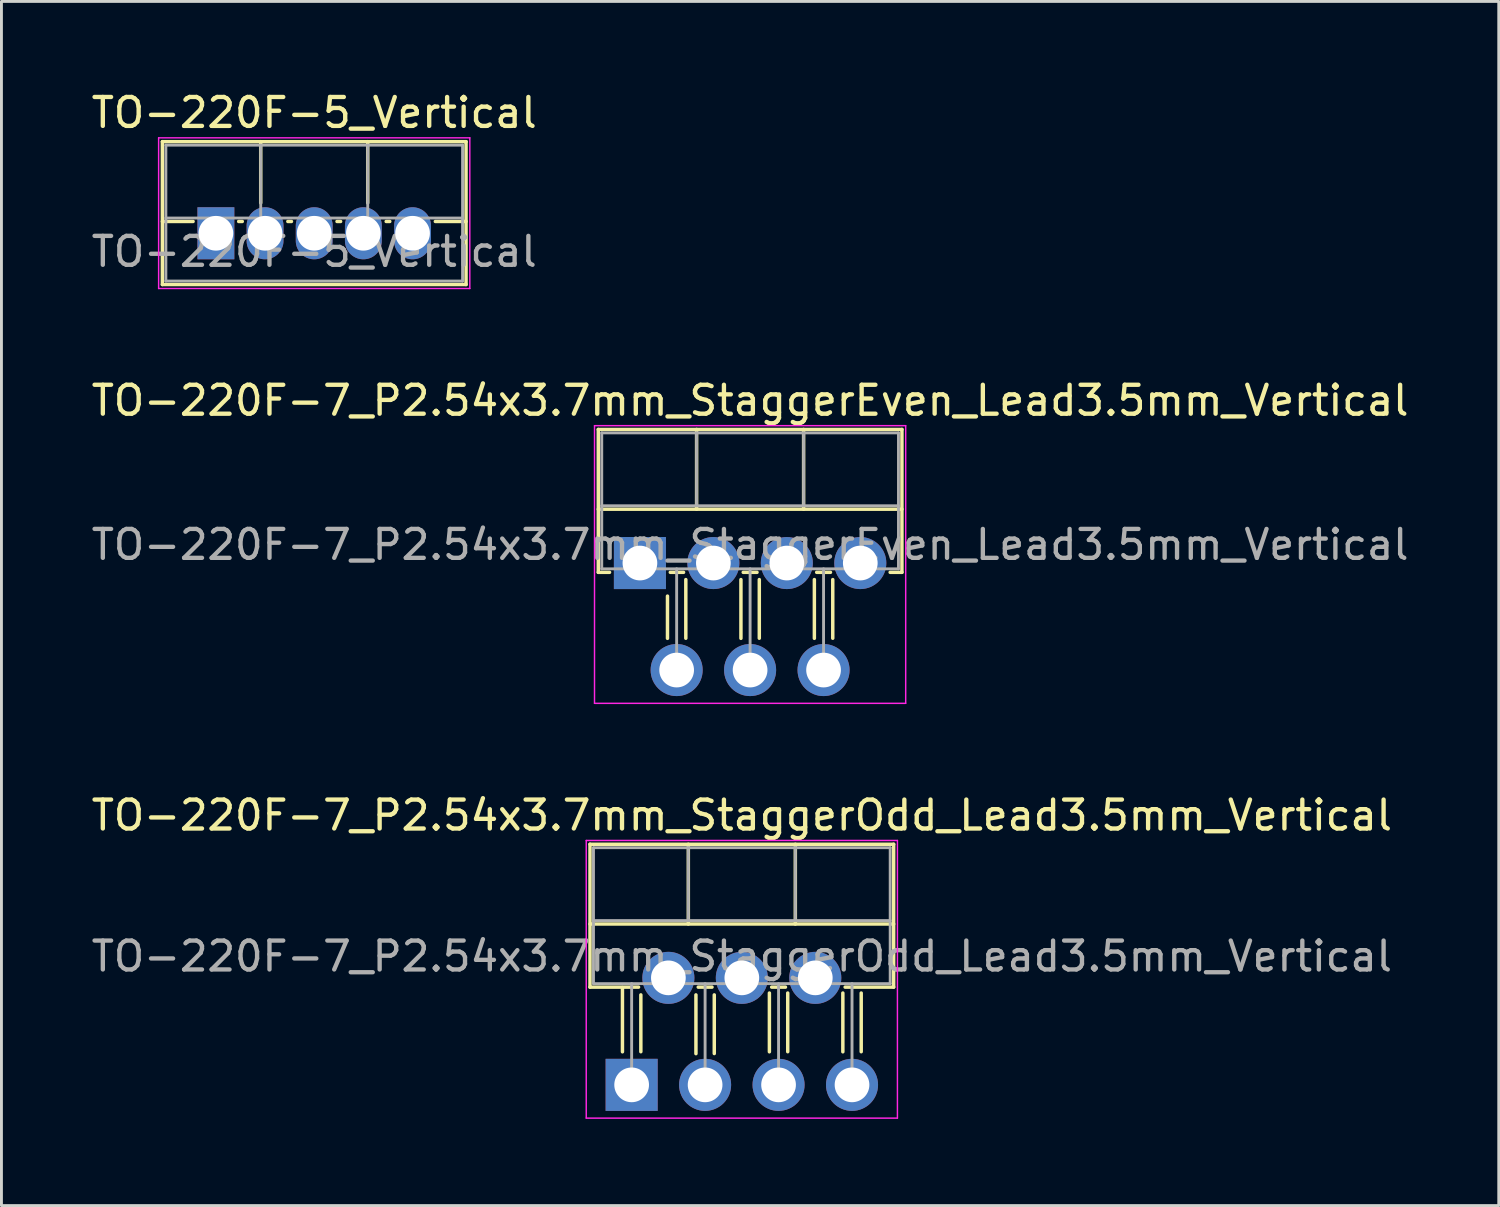
<source format=kicad_pcb>
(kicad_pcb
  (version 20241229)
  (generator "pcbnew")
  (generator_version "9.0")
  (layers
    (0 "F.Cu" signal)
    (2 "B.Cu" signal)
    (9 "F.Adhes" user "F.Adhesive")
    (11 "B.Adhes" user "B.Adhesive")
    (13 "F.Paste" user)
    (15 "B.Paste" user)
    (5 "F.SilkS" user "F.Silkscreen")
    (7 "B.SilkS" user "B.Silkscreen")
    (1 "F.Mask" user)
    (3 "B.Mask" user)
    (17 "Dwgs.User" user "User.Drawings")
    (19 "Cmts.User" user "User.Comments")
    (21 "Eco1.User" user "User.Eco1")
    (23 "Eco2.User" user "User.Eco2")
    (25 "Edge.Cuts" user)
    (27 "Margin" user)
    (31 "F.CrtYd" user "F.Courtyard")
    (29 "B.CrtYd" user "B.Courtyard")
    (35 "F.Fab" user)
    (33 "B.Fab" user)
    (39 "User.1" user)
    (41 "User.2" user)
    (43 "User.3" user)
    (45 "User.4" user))
  (footprint "TO-220F-5_Vertical"
    (layer "F.Cu")
    (at 4.415 5.016)
    (property "Reference" "TO-220F-5_Vertical" (at 3.4 -4.168 0) (layer "F.SilkS") (effects (font (size 1 1) (thickness 0.15))))
    (attr through_hole)
    (fp_line (start -1.85 -3.168) (end -1.85 1.773) (stroke (width 0.12) (type solid)) (layer "F.SilkS"))
    (fp_line (start -1.85 -3.168) (end 8.65 -3.168) (stroke (width 0.12) (type solid)) (layer "F.SilkS"))
    (fp_line (start -1.85 -0.408) (end -0.788 -0.408) (stroke (width 0.12) (type solid)) (layer "F.SilkS"))
    (fp_line (start -1.85 1.773) (end 8.65 1.773) (stroke (width 0.12) (type solid)) (layer "F.SilkS"))
    (fp_line (start 0.788 -0.408) (end 0.913 -0.408) (stroke (width 0.12) (type solid)) (layer "F.SilkS"))
    (fp_line (start 1.55 -3.168) (end 1.55 -1.05) (stroke (width 0.12) (type solid)) (layer "F.SilkS"))
    (fp_line (start 2.488 -0.408) (end 2.613 -0.408) (stroke (width 0.12) (type solid)) (layer "F.SilkS"))
    (fp_line (start 4.188 -0.408) (end 4.313 -0.408) (stroke (width 0.12) (type solid)) (layer "F.SilkS"))
    (fp_line (start 5.25 -3.168) (end 5.25 -1.05) (stroke (width 0.12) (type solid)) (layer "F.SilkS"))
    (fp_line (start 5.888 -0.408) (end 6.013 -0.408) (stroke (width 0.12) (type solid)) (layer "F.SilkS"))
    (fp_line (start 7.588 -0.408) (end 8.65 -0.408) (stroke (width 0.12) (type solid)) (layer "F.SilkS"))
    (fp_line (start 8.65 -3.168) (end 8.65 1.773) (stroke (width 0.12) (type solid)) (layer "F.SilkS"))
    (fp_line (start -1.98 -3.3) (end -1.98 1.91) (stroke (width 0.05) (type solid)) (layer "F.CrtYd"))
    (fp_line (start -1.98 1.91) (end 8.78 1.91) (stroke (width 0.05) (type solid)) (layer "F.CrtYd"))
    (fp_line (start 8.78 -3.3) (end -1.98 -3.3) (stroke (width 0.05) (type solid)) (layer "F.CrtYd"))
    (fp_line (start 8.78 1.91) (end 8.78 -3.3) (stroke (width 0.05) (type solid)) (layer "F.CrtYd"))
    (fp_line (start -1.73 -3.047) (end -1.73 1.653) (stroke (width 0.1) (type solid)) (layer "F.Fab"))
    (fp_line (start -1.73 -0.527) (end 8.53 -0.527) (stroke (width 0.1) (type solid)) (layer "F.Fab"))
    (fp_line (start -1.73 1.653) (end 8.53 1.653) (stroke (width 0.1) (type solid)) (layer "F.Fab"))
    (fp_line (start 1.55 -3.047) (end 1.55 -0.527) (stroke (width 0.1) (type solid)) (layer "F.Fab"))
    (fp_line (start 5.25 -3.047) (end 5.25 -0.527) (stroke (width 0.1) (type solid)) (layer "F.Fab"))
    (fp_line (start 8.53 -3.047) (end -1.73 -3.047) (stroke (width 0.1) (type solid)) (layer "F.Fab"))
    (fp_line (start 8.53 1.653) (end 8.53 -3.047) (stroke (width 0.1) (type solid)) (layer "F.Fab"))
    (fp_text user "${REFERENCE}" (at 3.4 0.635 0) (layer "F.Fab") (effects (font (size 1 1) (thickness 0.15))))
    (pad "1" thru_hole rect (at 0 0) (size 1.275 1.8) (drill 1.2) (layers "*.Cu" "*.Mask"))
    (pad "2" thru_hole oval (at 1.7 0) (size 1.275 1.8) (drill 1.2) (layers "*.Cu" "*.Mask"))
    (pad "3" thru_hole oval (at 3.4 0) (size 1.275 1.8) (drill 1.2) (layers "*.Cu" "*.Mask"))
    (pad "4" thru_hole oval (at 5.1 0) (size 1.275 1.8) (drill 1.2) (layers "*.Cu" "*.Mask"))
    (pad "5" thru_hole oval (at 6.8 0) (size 1.275 1.8) (drill 1.2) (layers "*.Cu" "*.Mask")))
  (footprint "TO-220F-7_P2.54x3.7mm_StaggerOdd_Lead3.5mm_Vertical"
    (layer "F.Cu")
    (at 18.791 34.462)
    (property "Reference" "TO-220F-7_P2.54x3.7mm_StaggerOdd_Lead3.5mm_Vertical" (at 3.81 -9.32 0) (layer "F.SilkS") (effects (font (size 1 1) (thickness 0.15))))
    (attr through_hole)
    (fp_line (start -1.44 -8.32) (end -1.44 -3.379) (stroke (width 0.12) (type solid)) (layer "F.SilkS"))
    (fp_line (start -1.44 -8.32) (end 9.06 -8.32) (stroke (width 0.12) (type solid)) (layer "F.SilkS"))
    (fp_line (start -1.44 -5.561) (end 9.06 -5.561) (stroke (width 0.12) (type solid)) (layer "F.SilkS"))
    (fp_line (start -1.44 -3.379) (end 0.239 -3.379) (stroke (width 0.12) (type solid)) (layer "F.SilkS"))
    (fp_line (start -0.318 -3.365) (end -0.318 -1.143) (stroke (width 0.12) (type solid)) (layer "F.SilkS"))
    (fp_line (start 0.318 -3.111) (end 0.318 -1.146) (stroke (width 0.12) (type solid)) (layer "F.SilkS"))
    (fp_line (start 1.96 -8.32) (end 1.96 -5.561) (stroke (width 0.12) (type solid)) (layer "F.SilkS"))
    (fp_line (start 2.223 -3.111) (end 2.223 -1.079) (stroke (width 0.12) (type solid)) (layer "F.SilkS"))
    (fp_line (start 2.302 -3.379) (end 2.779 -3.379) (stroke (width 0.12) (type solid)) (layer "F.SilkS"))
    (fp_line (start 2.857 -3.111) (end 2.857 -1.083) (stroke (width 0.12) (type solid)) (layer "F.SilkS"))
    (fp_line (start 4.763 -3.175) (end 4.763 -1.143) (stroke (width 0.12) (type solid)) (layer "F.SilkS"))
    (fp_line (start 4.842 -3.379) (end 5.319 -3.379) (stroke (width 0.12) (type solid)) (layer "F.SilkS"))
    (fp_line (start 5.397 -3.175) (end 5.397 -1.146) (stroke (width 0.12) (type solid)) (layer "F.SilkS"))
    (fp_line (start 5.66 -8.32) (end 5.66 -5.561) (stroke (width 0.12) (type solid)) (layer "F.SilkS"))
    (fp_line (start 7.303 -3.175) (end 7.303 -1.143) (stroke (width 0.12) (type solid)) (layer "F.SilkS"))
    (fp_line (start 7.382 -3.379) (end 9.06 -3.379) (stroke (width 0.12) (type solid)) (layer "F.SilkS"))
    (fp_line (start 7.938 -3.175) (end 7.938 -1.146) (stroke (width 0.12) (type solid)) (layer "F.SilkS"))
    (fp_line (start 9.06 -8.32) (end 9.06 -3.379) (stroke (width 0.12) (type solid)) (layer "F.SilkS"))
    (fp_line (start -1.57 -8.45) (end -1.57 1.15) (stroke (width 0.05) (type solid)) (layer "F.CrtYd"))
    (fp_line (start -1.57 1.15) (end 9.19 1.15) (stroke (width 0.05) (type solid)) (layer "F.CrtYd"))
    (fp_line (start 9.19 -8.45) (end -1.57 -8.45) (stroke (width 0.05) (type solid)) (layer "F.CrtYd"))
    (fp_line (start 9.19 1.15) (end 9.19 -8.45) (stroke (width 0.05) (type solid)) (layer "F.CrtYd"))
    (fp_line (start -1.32 -8.2) (end -1.32 -3.5) (stroke (width 0.1) (type solid)) (layer "F.Fab"))
    (fp_line (start -1.32 -5.68) (end 8.94 -5.68) (stroke (width 0.1) (type solid)) (layer "F.Fab"))
    (fp_line (start -1.32 -3.5) (end 8.94 -3.5) (stroke (width 0.1) (type solid)) (layer "F.Fab"))
    (fp_line (start 0 -3.5) (end 0 0) (stroke (width 0.1) (type solid)) (layer "F.Fab"))
    (fp_line (start 1.96 -8.2) (end 1.96 -5.68) (stroke (width 0.1) (type solid)) (layer "F.Fab"))
    (fp_line (start 2.54 -3.5) (end 2.54 0) (stroke (width 0.1) (type solid)) (layer "F.Fab"))
    (fp_line (start 5.08 -3.5) (end 5.08 0) (stroke (width 0.1) (type solid)) (layer "F.Fab"))
    (fp_line (start 5.66 -8.2) (end 5.66 -5.68) (stroke (width 0.1) (type solid)) (layer "F.Fab"))
    (fp_line (start 7.62 -3.5) (end 7.62 0) (stroke (width 0.1) (type solid)) (layer "F.Fab"))
    (fp_line (start 8.94 -8.2) (end -1.32 -8.2) (stroke (width 0.1) (type solid)) (layer "F.Fab"))
    (fp_line (start 8.94 -3.5) (end 8.94 -8.2) (stroke (width 0.1) (type solid)) (layer "F.Fab"))
    (fp_text user "${REFERENCE}" (at 3.81 -4.445 0) (layer "F.Fab") (effects (font (size 1 1) (thickness 0.15))))
    (pad "1" thru_hole rect (at 0 0) (size 1.8 1.8) (drill 1.2) (layers "*.Cu" "*.Mask"))
    (pad "2" thru_hole oval (at 1.27 -3.7) (size 1.8 1.8) (drill 1.2) (layers "*.Cu" "*.Mask"))
    (pad "3" thru_hole oval (at 2.54 0) (size 1.8 1.8) (drill 1.2) (layers "*.Cu" "*.Mask"))
    (pad "4" thru_hole oval (at 3.81 -3.7) (size 1.8 1.8) (drill 1.2) (layers "*.Cu" "*.Mask"))
    (pad "5" thru_hole oval (at 5.08 0) (size 1.8 1.8) (drill 1.2) (layers "*.Cu" "*.Mask"))
    (pad "6" thru_hole oval (at 6.35 -3.7) (size 1.8 1.8) (drill 1.2) (layers "*.Cu" "*.Mask"))
    (pad "7" thru_hole oval (at 7.62 0) (size 1.8 1.8) (drill 1.2) (layers "*.Cu" "*.Mask")))
  (footprint "TO-220F-7_P2.54x3.7mm_StaggerEven_Lead3.5mm_Vertical"
    (layer "F.Cu")
    (at 19.077 16.419)
    (property "Reference" "TO-220F-7_P2.54x3.7mm_StaggerEven_Lead3.5mm_Vertical" (at 3.81 -5.62 0) (layer "F.SilkS") (effects (font (size 1 1) (thickness 0.15))))
    (attr through_hole)
    (fp_line (start -1.44 -4.62) (end -1.44 0.321) (stroke (width 0.12) (type solid)) (layer "F.SilkS"))
    (fp_line (start -1.44 -4.62) (end 9.06 -4.62) (stroke (width 0.12) (type solid)) (layer "F.SilkS"))
    (fp_line (start -1.44 -1.861) (end 9.06 -1.861) (stroke (width 0.12) (type solid)) (layer "F.SilkS"))
    (fp_line (start -1.44 0.321) (end -1.05 0.321) (stroke (width 0.12) (type solid)) (layer "F.SilkS"))
    (fp_line (start 0.953 1.143) (end 0.953 2.603) (stroke (width 0.12) (type solid)) (layer "F.SilkS"))
    (fp_line (start 1.05 0.321) (end 1.509 0.321) (stroke (width 0.12) (type solid)) (layer "F.SilkS"))
    (fp_line (start 1.587 0.572) (end 1.587 2.6) (stroke (width 0.12) (type solid)) (layer "F.SilkS"))
    (fp_line (start 1.96 -4.62) (end 1.96 -1.861) (stroke (width 0.12) (type solid)) (layer "F.SilkS"))
    (fp_line (start 3.493 0.572) (end 3.493 2.603) (stroke (width 0.12) (type solid)) (layer "F.SilkS"))
    (fp_line (start 3.572 0.321) (end 4.049 0.321) (stroke (width 0.12) (type solid)) (layer "F.SilkS"))
    (fp_line (start 4.128 0.572) (end 4.128 2.6) (stroke (width 0.12) (type solid)) (layer "F.SilkS"))
    (fp_line (start 5.66 -4.62) (end 5.66 -1.861) (stroke (width 0.12) (type solid)) (layer "F.SilkS"))
    (fp_line (start 6.032 0.572) (end 6.032 2.603) (stroke (width 0.12) (type solid)) (layer "F.SilkS"))
    (fp_line (start 6.112 0.321) (end 6.589 0.321) (stroke (width 0.12) (type solid)) (layer "F.SilkS"))
    (fp_line (start 6.668 0.572) (end 6.668 2.6) (stroke (width 0.12) (type solid)) (layer "F.SilkS"))
    (fp_line (start 8.652 0.321) (end 9.06 0.321) (stroke (width 0.12) (type solid)) (layer "F.SilkS"))
    (fp_line (start 9.06 -4.62) (end 9.06 0.321) (stroke (width 0.12) (type solid)) (layer "F.SilkS"))
    (fp_line (start -1.57 -4.75) (end -1.57 4.85) (stroke (width 0.05) (type solid)) (layer "F.CrtYd"))
    (fp_line (start -1.57 4.85) (end 9.19 4.85) (stroke (width 0.05) (type solid)) (layer "F.CrtYd"))
    (fp_line (start 9.19 -4.75) (end -1.57 -4.75) (stroke (width 0.05) (type solid)) (layer "F.CrtYd"))
    (fp_line (start 9.19 4.85) (end 9.19 -4.75) (stroke (width 0.05) (type solid)) (layer "F.CrtYd"))
    (fp_line (start -1.32 -4.5) (end -1.32 0.2) (stroke (width 0.1) (type solid)) (layer "F.Fab"))
    (fp_line (start -1.32 -1.98) (end 8.94 -1.98) (stroke (width 0.1) (type solid)) (layer "F.Fab"))
    (fp_line (start -1.32 0.2) (end 8.94 0.2) (stroke (width 0.1) (type solid)) (layer "F.Fab"))
    (fp_line (start 1.27 0.2) (end 1.27 3.7) (stroke (width 0.1) (type solid)) (layer "F.Fab"))
    (fp_line (start 1.96 -4.5) (end 1.96 -1.98) (stroke (width 0.1) (type solid)) (layer "F.Fab"))
    (fp_line (start 3.81 0.2) (end 3.81 3.7) (stroke (width 0.1) (type solid)) (layer "F.Fab"))
    (fp_line (start 5.66 -4.5) (end 5.66 -1.98) (stroke (width 0.1) (type solid)) (layer "F.Fab"))
    (fp_line (start 6.35 0.2) (end 6.35 3.7) (stroke (width 0.1) (type solid)) (layer "F.Fab"))
    (fp_line (start 8.94 -4.5) (end -1.32 -4.5) (stroke (width 0.1) (type solid)) (layer "F.Fab"))
    (fp_line (start 8.94 0.2) (end 8.94 -4.5) (stroke (width 0.1) (type solid)) (layer "F.Fab"))
    (fp_text user "${REFERENCE}" (at 3.81 -0.635 0) (layer "F.Fab") (effects (font (size 1 1) (thickness 0.15))))
    (pad "1" thru_hole rect (at 0 0) (size 1.8 1.8) (drill 1.2) (layers "*.Cu" "*.Mask"))
    (pad "2" thru_hole oval (at 1.27 3.7) (size 1.8 1.8) (drill 1.2) (layers "*.Cu" "*.Mask"))
    (pad "3" thru_hole oval (at 2.54 0) (size 1.8 1.8) (drill 1.2) (layers "*.Cu" "*.Mask"))
    (pad "4" thru_hole oval (at 3.81 3.7) (size 1.8 1.8) (drill 1.2) (layers "*.Cu" "*.Mask"))
    (pad "5" thru_hole oval (at 5.08 0) (size 1.8 1.8) (drill 1.2) (layers "*.Cu" "*.Mask"))
    (pad "6" thru_hole oval (at 6.35 3.7) (size 1.8 1.8) (drill 1.2) (layers "*.Cu" "*.Mask"))
    (pad "7" thru_hole oval (at 7.62 0) (size 1.8 1.8) (drill 1.2) (layers "*.Cu" "*.Mask")))
  (gr_rect
    (start -3 -3)
    (end 48.774 38.637)
    (stroke (width 0.1) (type default))
    (fill no)
    (layer "Edge.Cuts")))
</source>
